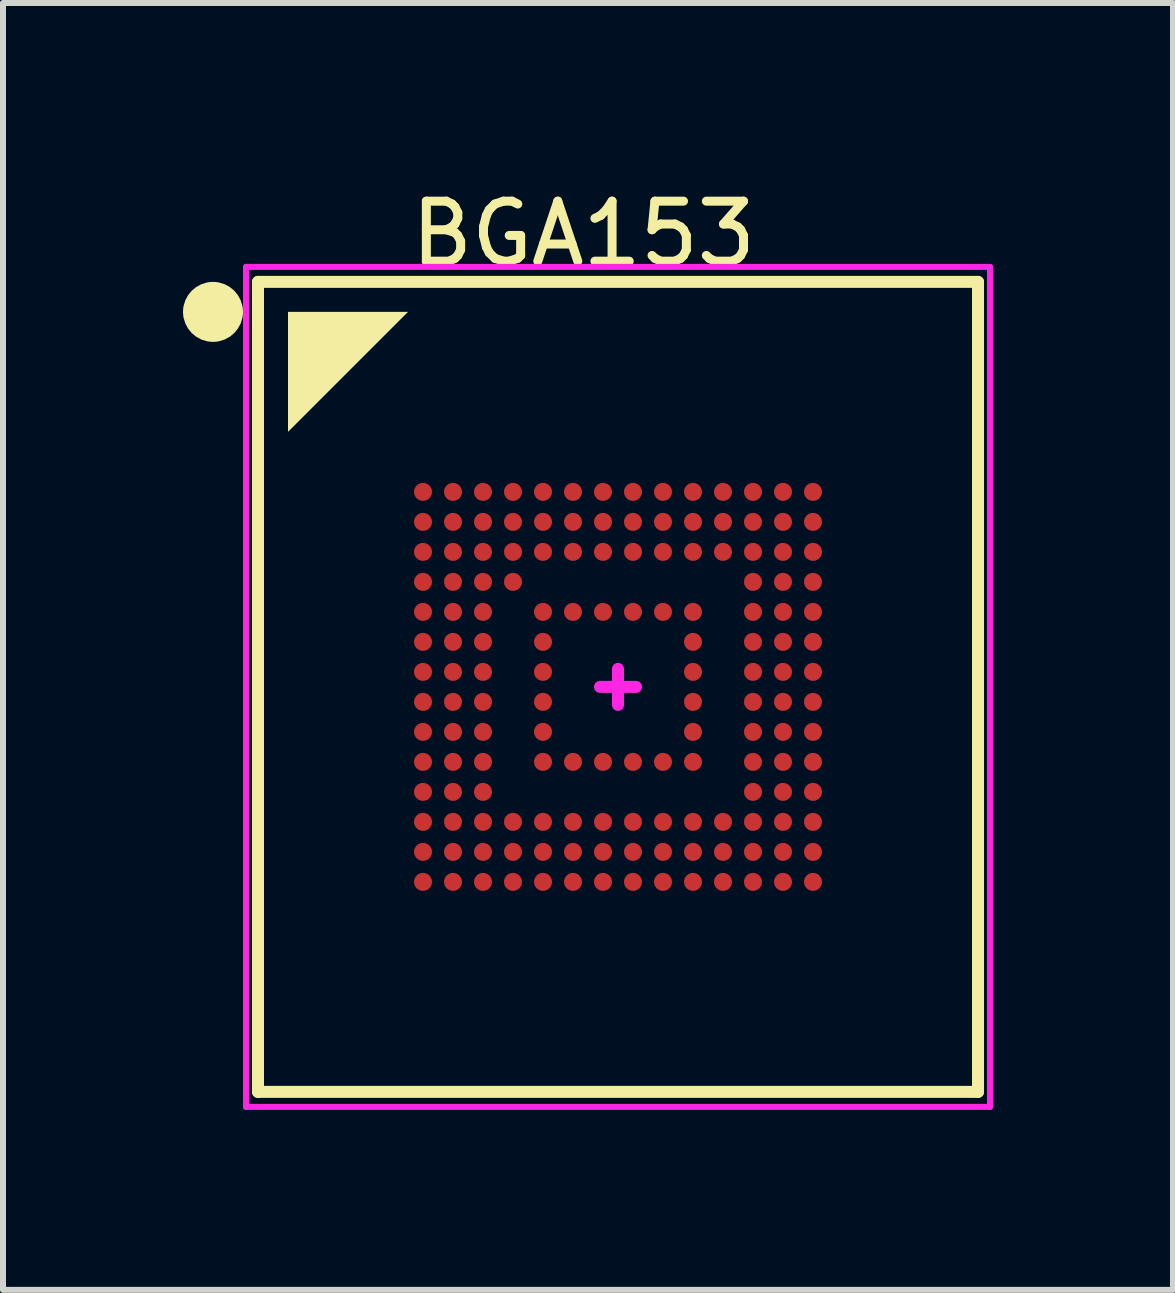
<source format=kicad_pcb>
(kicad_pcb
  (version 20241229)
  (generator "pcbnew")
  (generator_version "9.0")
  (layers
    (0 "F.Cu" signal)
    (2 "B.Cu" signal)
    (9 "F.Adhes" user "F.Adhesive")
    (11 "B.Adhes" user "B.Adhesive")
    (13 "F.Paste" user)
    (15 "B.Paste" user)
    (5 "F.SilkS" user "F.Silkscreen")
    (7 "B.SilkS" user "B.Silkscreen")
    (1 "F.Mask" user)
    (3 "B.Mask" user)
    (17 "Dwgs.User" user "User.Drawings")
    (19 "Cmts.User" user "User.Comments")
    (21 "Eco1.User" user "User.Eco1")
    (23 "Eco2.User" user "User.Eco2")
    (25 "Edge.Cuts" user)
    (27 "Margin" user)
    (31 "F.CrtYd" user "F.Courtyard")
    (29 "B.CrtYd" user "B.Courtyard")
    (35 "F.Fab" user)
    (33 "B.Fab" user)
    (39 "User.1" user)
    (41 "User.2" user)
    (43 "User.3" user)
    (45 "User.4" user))
  (footprint "BGA153"
    (layer "F.Cu")
    (at 7.25 8.398)
    (property "Reference" "BGA153" (at -0.575 -7.55 0) (layer "F.SilkS") (effects (font (size 1 1) (thickness 0.15))))
    (fp_line (start -6 -6.75) (end 6 -6.75) (stroke (width 0.2) (type solid)) (layer "F.SilkS"))
    (fp_line (start -6 6.75) (end -6 -6.75) (stroke (width 0.2) (type solid)) (layer "F.SilkS"))
    (fp_line (start -6 6.75) (end 6 6.75) (stroke (width 0.2) (type solid)) (layer "F.SilkS"))
    (fp_line (start 6 6.75) (end 6 -6.75) (stroke (width 0.2) (type solid)) (layer "F.SilkS"))
    (fp_circle (center -6.75 -6.25) (end -6.75 -6.5) (stroke (width 0.5) (type solid)) (fill no) (layer "F.SilkS"))
    (fp_poly (pts (xy -5.5 -6.25) (xy -3.5 -6.25) (xy -5.5 -4.25)) (stroke (width 0) (type default)) (fill yes) (layer "F.SilkS"))
    (fp_line (start -6.2 -7) (end 6.2 -7) (stroke (width 0.1) (type solid)) (layer "F.CrtYd"))
    (fp_line (start -6.2 7) (end -6.2 -7) (stroke (width 0.1) (type solid)) (layer "F.CrtYd"))
    (fp_line (start -6.2 7) (end 6.2 7) (stroke (width 0.1) (type solid)) (layer "F.CrtYd"))
    (fp_line (start -0.3 0) (end 0.3 0) (stroke (width 0.2) (type solid)) (layer "F.CrtYd"))
    (fp_line (start 0 0.3) (end 0 -0.3) (stroke (width 0.2) (type solid)) (layer "F.CrtYd"))
    (fp_line (start 6.2 7) (end 6.2 -7) (stroke (width 0.1) (type solid)) (layer "F.CrtYd"))
    (pad "A1" smd circle (at -3.25 -3.25) (size 0.3 0.3) (layers "F.Cu" "F.Mask" "F.Paste"))
    (pad "A2" smd circle (at -2.75 -3.25) (size 0.3 0.3) (layers "F.Cu" "F.Mask" "F.Paste"))
    (pad "A3" smd circle (at -2.25 -3.25) (size 0.3 0.3) (layers "F.Cu" "F.Mask" "F.Paste"))
    (pad "A4" smd circle (at -1.75 -3.25) (size 0.3 0.3) (layers "F.Cu" "F.Mask" "F.Paste"))
    (pad "A5" smd circle (at -1.25 -3.25) (size 0.3 0.3) (layers "F.Cu" "F.Mask" "F.Paste"))
    (pad "A6" smd circle (at -0.75 -3.25) (size 0.3 0.3) (layers "F.Cu" "F.Mask" "F.Paste"))
    (pad "A7" smd circle (at -0.25 -3.25) (size 0.3 0.3) (layers "F.Cu" "F.Mask" "F.Paste"))
    (pad "A8" smd circle (at 0.25 -3.25) (size 0.3 0.3) (layers "F.Cu" "F.Mask" "F.Paste"))
    (pad "A9" smd circle (at 0.75 -3.25) (size 0.3 0.3) (layers "F.Cu" "F.Mask" "F.Paste"))
    (pad "A10" smd circle (at 1.25 -3.25) (size 0.3 0.3) (layers "F.Cu" "F.Mask" "F.Paste"))
    (pad "A11" smd circle (at 1.75 -3.25) (size 0.3 0.3) (layers "F.Cu" "F.Mask" "F.Paste"))
    (pad "A12" smd circle (at 2.25 -3.25) (size 0.3 0.3) (layers "F.Cu" "F.Mask" "F.Paste"))
    (pad "A13" smd circle (at 2.75 -3.25) (size 0.3 0.3) (layers "F.Cu" "F.Mask" "F.Paste"))
    (pad "A14" smd circle (at 3.25 -3.25) (size 0.3 0.3) (layers "F.Cu" "F.Mask" "F.Paste"))
    (pad "B1" smd circle (at -3.25 -2.75) (size 0.3 0.3) (layers "F.Cu" "F.Mask" "F.Paste"))
    (pad "B2" smd circle (at -2.75 -2.75) (size 0.3 0.3) (layers "F.Cu" "F.Mask" "F.Paste"))
    (pad "B3" smd circle (at -2.25 -2.75) (size 0.3 0.3) (layers "F.Cu" "F.Mask" "F.Paste"))
    (pad "B4" smd circle (at -1.75 -2.75) (size 0.3 0.3) (layers "F.Cu" "F.Mask" "F.Paste"))
    (pad "B5" smd circle (at -1.25 -2.75) (size 0.3 0.3) (layers "F.Cu" "F.Mask" "F.Paste"))
    (pad "B6" smd circle (at -0.75 -2.75) (size 0.3 0.3) (layers "F.Cu" "F.Mask" "F.Paste"))
    (pad "B7" smd circle (at -0.25 -2.75) (size 0.3 0.3) (layers "F.Cu" "F.Mask" "F.Paste"))
    (pad "B8" smd circle (at 0.25 -2.75) (size 0.3 0.3) (layers "F.Cu" "F.Mask" "F.Paste"))
    (pad "B9" smd circle (at 0.75 -2.75) (size 0.3 0.3) (layers "F.Cu" "F.Mask" "F.Paste"))
    (pad "B10" smd circle (at 1.25 -2.75) (size 0.3 0.3) (layers "F.Cu" "F.Mask" "F.Paste"))
    (pad "B11" smd circle (at 1.75 -2.75) (size 0.3 0.3) (layers "F.Cu" "F.Mask" "F.Paste"))
    (pad "B12" smd circle (at 2.25 -2.75) (size 0.3 0.3) (layers "F.Cu" "F.Mask" "F.Paste"))
    (pad "B13" smd circle (at 2.75 -2.75) (size 0.3 0.3) (layers "F.Cu" "F.Mask" "F.Paste"))
    (pad "B14" smd circle (at 3.25 -2.75) (size 0.3 0.3) (layers "F.Cu" "F.Mask" "F.Paste"))
    (pad "C1" smd circle (at -3.25 -2.25) (size 0.3 0.3) (layers "F.Cu" "F.Mask" "F.Paste"))
    (pad "C2" smd circle (at -2.75 -2.25) (size 0.3 0.3) (layers "F.Cu" "F.Mask" "F.Paste"))
    (pad "C3" smd circle (at -2.25 -2.25) (size 0.3 0.3) (layers "F.Cu" "F.Mask" "F.Paste"))
    (pad "C4" smd circle (at -1.75 -2.25) (size 0.3 0.3) (layers "F.Cu" "F.Mask" "F.Paste"))
    (pad "C5" smd circle (at -1.25 -2.25) (size 0.3 0.3) (layers "F.Cu" "F.Mask" "F.Paste"))
    (pad "C6" smd circle (at -0.75 -2.25) (size 0.3 0.3) (layers "F.Cu" "F.Mask" "F.Paste"))
    (pad "C7" smd circle (at -0.25 -2.25) (size 0.3 0.3) (layers "F.Cu" "F.Mask" "F.Paste"))
    (pad "C8" smd circle (at 0.25 -2.25) (size 0.3 0.3) (layers "F.Cu" "F.Mask" "F.Paste"))
    (pad "C9" smd circle (at 0.75 -2.25) (size 0.3 0.3) (layers "F.Cu" "F.Mask" "F.Paste"))
    (pad "C10" smd circle (at 1.25 -2.25) (size 0.3 0.3) (layers "F.Cu" "F.Mask" "F.Paste"))
    (pad "C11" smd circle (at 1.75 -2.25) (size 0.3 0.3) (layers "F.Cu" "F.Mask" "F.Paste"))
    (pad "C12" smd circle (at 2.25 -2.25) (size 0.3 0.3) (layers "F.Cu" "F.Mask" "F.Paste"))
    (pad "C13" smd circle (at 2.75 -2.25) (size 0.3 0.3) (layers "F.Cu" "F.Mask" "F.Paste"))
    (pad "C14" smd circle (at 3.25 -2.25) (size 0.3 0.3) (layers "F.Cu" "F.Mask" "F.Paste"))
    (pad "D1" smd circle (at -3.25 -1.75) (size 0.3 0.3) (layers "F.Cu" "F.Mask" "F.Paste"))
    (pad "D2" smd circle (at -2.75 -1.75) (size 0.3 0.3) (layers "F.Cu" "F.Mask" "F.Paste"))
    (pad "D3" smd circle (at -2.25 -1.75) (size 0.3 0.3) (layers "F.Cu" "F.Mask" "F.Paste"))
    (pad "D4" smd circle (at -1.75 -1.75) (size 0.3 0.3) (layers "F.Cu" "F.Mask" "F.Paste"))
    (pad "D12" smd circle (at 2.25 -1.75) (size 0.3 0.3) (layers "F.Cu" "F.Mask" "F.Paste"))
    (pad "D13" smd circle (at 2.75 -1.75) (size 0.3 0.3) (layers "F.Cu" "F.Mask" "F.Paste"))
    (pad "D14" smd circle (at 3.25 -1.75) (size 0.3 0.3) (layers "F.Cu" "F.Mask" "F.Paste"))
    (pad "E1" smd circle (at -3.25 -1.25) (size 0.3 0.3) (layers "F.Cu" "F.Mask" "F.Paste"))
    (pad "E2" smd circle (at -2.75 -1.25) (size 0.3 0.3) (layers "F.Cu" "F.Mask" "F.Paste"))
    (pad "E3" smd circle (at -2.25 -1.25) (size 0.3 0.3) (layers "F.Cu" "F.Mask" "F.Paste"))
    (pad "E5" smd circle (at -1.25 -1.25) (size 0.3 0.3) (layers "F.Cu" "F.Mask" "F.Paste"))
    (pad "E6" smd circle (at -0.75 -1.25) (size 0.3 0.3) (layers "F.Cu" "F.Mask" "F.Paste"))
    (pad "E7" smd circle (at -0.25 -1.25) (size 0.3 0.3) (layers "F.Cu" "F.Mask" "F.Paste"))
    (pad "E8" smd circle (at 0.25 -1.25) (size 0.3 0.3) (layers "F.Cu" "F.Mask" "F.Paste"))
    (pad "E9" smd circle (at 0.75 -1.25) (size 0.3 0.3) (layers "F.Cu" "F.Mask" "F.Paste"))
    (pad "E10" smd circle (at 1.25 -1.25) (size 0.3 0.3) (layers "F.Cu" "F.Mask" "F.Paste"))
    (pad "E12" smd circle (at 2.25 -1.25) (size 0.3 0.3) (layers "F.Cu" "F.Mask" "F.Paste"))
    (pad "E13" smd circle (at 2.75 -1.25) (size 0.3 0.3) (layers "F.Cu" "F.Mask" "F.Paste"))
    (pad "E14" smd circle (at 3.25 -1.25) (size 0.3 0.3) (layers "F.Cu" "F.Mask" "F.Paste"))
    (pad "F1" smd circle (at -3.25 -0.75) (size 0.3 0.3) (layers "F.Cu" "F.Mask" "F.Paste"))
    (pad "F2" smd circle (at -2.75 -0.75) (size 0.3 0.3) (layers "F.Cu" "F.Mask" "F.Paste"))
    (pad "F3" smd circle (at -2.25 -0.75) (size 0.3 0.3) (layers "F.Cu" "F.Mask" "F.Paste"))
    (pad "F5" smd circle (at -1.25 -0.75) (size 0.3 0.3) (layers "F.Cu" "F.Mask" "F.Paste"))
    (pad "F10" smd circle (at 1.25 -0.75) (size 0.3 0.3) (layers "F.Cu" "F.Mask" "F.Paste"))
    (pad "F12" smd circle (at 2.25 -0.75) (size 0.3 0.3) (layers "F.Cu" "F.Mask" "F.Paste"))
    (pad "F13" smd circle (at 2.75 -0.75) (size 0.3 0.3) (layers "F.Cu" "F.Mask" "F.Paste"))
    (pad "F14" smd circle (at 3.25 -0.75) (size 0.3 0.3) (layers "F.Cu" "F.Mask" "F.Paste"))
    (pad "G1" smd circle (at -3.25 -0.25) (size 0.3 0.3) (layers "F.Cu" "F.Mask" "F.Paste"))
    (pad "G2" smd circle (at -2.75 -0.25) (size 0.3 0.3) (layers "F.Cu" "F.Mask" "F.Paste"))
    (pad "G3" smd circle (at -2.25 -0.25) (size 0.3 0.3) (layers "F.Cu" "F.Mask" "F.Paste"))
    (pad "G5" smd circle (at -1.25 -0.25) (size 0.3 0.3) (layers "F.Cu" "F.Mask" "F.Paste"))
    (pad "G10" smd circle (at 1.25 -0.25) (size 0.3 0.3) (layers "F.Cu" "F.Mask" "F.Paste"))
    (pad "G12" smd circle (at 2.25 -0.25) (size 0.3 0.3) (layers "F.Cu" "F.Mask" "F.Paste"))
    (pad "G13" smd circle (at 2.75 -0.25) (size 0.3 0.3) (layers "F.Cu" "F.Mask" "F.Paste"))
    (pad "G14" smd circle (at 3.25 -0.25) (size 0.3 0.3) (layers "F.Cu" "F.Mask" "F.Paste"))
    (pad "H1" smd circle (at -3.25 0.25) (size 0.3 0.3) (layers "F.Cu" "F.Mask" "F.Paste"))
    (pad "H2" smd circle (at -2.75 0.25) (size 0.3 0.3) (layers "F.Cu" "F.Mask" "F.Paste"))
    (pad "H3" smd circle (at -2.25 0.25) (size 0.3 0.3) (layers "F.Cu" "F.Mask" "F.Paste"))
    (pad "H5" smd circle (at -1.25 0.25) (size 0.3 0.3) (layers "F.Cu" "F.Mask" "F.Paste"))
    (pad "H10" smd circle (at 1.25 0.25) (size 0.3 0.3) (layers "F.Cu" "F.Mask" "F.Paste"))
    (pad "H12" smd circle (at 2.25 0.25) (size 0.3 0.3) (layers "F.Cu" "F.Mask" "F.Paste"))
    (pad "H13" smd circle (at 2.75 0.25) (size 0.3 0.3) (layers "F.Cu" "F.Mask" "F.Paste"))
    (pad "H14" smd circle (at 3.25 0.25) (size 0.3 0.3) (layers "F.Cu" "F.Mask" "F.Paste"))
    (pad "J1" smd circle (at -3.25 0.75) (size 0.3 0.3) (layers "F.Cu" "F.Mask" "F.Paste"))
    (pad "J2" smd circle (at -2.75 0.75) (size 0.3 0.3) (layers "F.Cu" "F.Mask" "F.Paste"))
    (pad "J3" smd circle (at -2.25 0.75) (size 0.3 0.3) (layers "F.Cu" "F.Mask" "F.Paste"))
    (pad "J5" smd circle (at -1.25 0.75) (size 0.3 0.3) (layers "F.Cu" "F.Mask" "F.Paste"))
    (pad "J10" smd circle (at 1.25 0.75) (size 0.3 0.3) (layers "F.Cu" "F.Mask" "F.Paste"))
    (pad "J12" smd circle (at 2.25 0.75) (size 0.3 0.3) (layers "F.Cu" "F.Mask" "F.Paste"))
    (pad "J13" smd circle (at 2.75 0.75) (size 0.3 0.3) (layers "F.Cu" "F.Mask" "F.Paste"))
    (pad "J14" smd circle (at 3.25 0.75) (size 0.3 0.3) (layers "F.Cu" "F.Mask" "F.Paste"))
    (pad "K1" smd circle (at -3.25 1.25) (size 0.3 0.3) (layers "F.Cu" "F.Mask" "F.Paste"))
    (pad "K2" smd circle (at -2.75 1.25) (size 0.3 0.3) (layers "F.Cu" "F.Mask" "F.Paste"))
    (pad "K3" smd circle (at -2.25 1.25) (size 0.3 0.3) (layers "F.Cu" "F.Mask" "F.Paste"))
    (pad "K5" smd circle (at -1.25 1.25) (size 0.3 0.3) (layers "F.Cu" "F.Mask" "F.Paste"))
    (pad "K6" smd circle (at -0.75 1.25) (size 0.3 0.3) (layers "F.Cu" "F.Mask" "F.Paste"))
    (pad "K7" smd circle (at -0.25 1.25) (size 0.3 0.3) (layers "F.Cu" "F.Mask" "F.Paste"))
    (pad "K8" smd circle (at 0.25 1.25) (size 0.3 0.3) (layers "F.Cu" "F.Mask" "F.Paste"))
    (pad "K9" smd circle (at 0.75 1.25) (size 0.3 0.3) (layers "F.Cu" "F.Mask" "F.Paste"))
    (pad "K10" smd circle (at 1.25 1.25) (size 0.3 0.3) (layers "F.Cu" "F.Mask" "F.Paste"))
    (pad "K12" smd circle (at 2.25 1.25) (size 0.3 0.3) (layers "F.Cu" "F.Mask" "F.Paste"))
    (pad "K13" smd circle (at 2.75 1.25) (size 0.3 0.3) (layers "F.Cu" "F.Mask" "F.Paste"))
    (pad "K14" smd circle (at 3.25 1.25) (size 0.3 0.3) (layers "F.Cu" "F.Mask" "F.Paste"))
    (pad "L1" smd circle (at -3.25 1.75) (size 0.3 0.3) (layers "F.Cu" "F.Mask" "F.Paste"))
    (pad "L2" smd circle (at -2.75 1.75) (size 0.3 0.3) (layers "F.Cu" "F.Mask" "F.Paste"))
    (pad "L3" smd circle (at -2.25 1.75) (size 0.3 0.3) (layers "F.Cu" "F.Mask" "F.Paste"))
    (pad "L12" smd circle (at 2.25 1.75) (size 0.3 0.3) (layers "F.Cu" "F.Mask" "F.Paste"))
    (pad "L13" smd circle (at 2.75 1.75) (size 0.3 0.3) (layers "F.Cu" "F.Mask" "F.Paste"))
    (pad "L14" smd circle (at 3.25 1.75) (size 0.3 0.3) (layers "F.Cu" "F.Mask" "F.Paste"))
    (pad "M1" smd circle (at -3.25 2.25) (size 0.3 0.3) (layers "F.Cu" "F.Mask" "F.Paste"))
    (pad "M2" smd circle (at -2.75 2.25) (size 0.3 0.3) (layers "F.Cu" "F.Mask" "F.Paste"))
    (pad "M3" smd circle (at -2.25 2.25) (size 0.3 0.3) (layers "F.Cu" "F.Mask" "F.Paste"))
    (pad "M4" smd circle (at -1.75 2.25) (size 0.3 0.3) (layers "F.Cu" "F.Mask" "F.Paste"))
    (pad "M5" smd circle (at -1.25 2.25) (size 0.3 0.3) (layers "F.Cu" "F.Mask" "F.Paste"))
    (pad "M6" smd circle (at -0.75 2.25) (size 0.3 0.3) (layers "F.Cu" "F.Mask" "F.Paste"))
    (pad "M7" smd circle (at -0.25 2.25) (size 0.3 0.3) (layers "F.Cu" "F.Mask" "F.Paste"))
    (pad "M8" smd circle (at 0.25 2.25) (size 0.3 0.3) (layers "F.Cu" "F.Mask" "F.Paste"))
    (pad "M9" smd circle (at 0.75 2.25) (size 0.3 0.3) (layers "F.Cu" "F.Mask" "F.Paste"))
    (pad "M10" smd circle (at 1.25 2.25) (size 0.3 0.3) (layers "F.Cu" "F.Mask" "F.Paste"))
    (pad "M11" smd circle (at 1.75 2.25) (size 0.3 0.3) (layers "F.Cu" "F.Mask" "F.Paste"))
    (pad "M12" smd circle (at 2.25 2.25) (size 0.3 0.3) (layers "F.Cu" "F.Mask" "F.Paste"))
    (pad "M13" smd circle (at 2.75 2.25) (size 0.3 0.3) (layers "F.Cu" "F.Mask" "F.Paste"))
    (pad "M14" smd circle (at 3.25 2.25) (size 0.3 0.3) (layers "F.Cu" "F.Mask" "F.Paste"))
    (pad "N1" smd circle (at -3.25 2.75) (size 0.3 0.3) (layers "F.Cu" "F.Mask" "F.Paste"))
    (pad "N2" smd circle (at -2.75 2.75) (size 0.3 0.3) (layers "F.Cu" "F.Mask" "F.Paste"))
    (pad "N3" smd circle (at -2.25 2.75) (size 0.3 0.3) (layers "F.Cu" "F.Mask" "F.Paste"))
    (pad "N4" smd circle (at -1.75 2.75) (size 0.3 0.3) (layers "F.Cu" "F.Mask" "F.Paste"))
    (pad "N5" smd circle (at -1.25 2.75) (size 0.3 0.3) (layers "F.Cu" "F.Mask" "F.Paste"))
    (pad "N6" smd circle (at -0.75 2.75) (size 0.3 0.3) (layers "F.Cu" "F.Mask" "F.Paste"))
    (pad "N7" smd circle (at -0.25 2.75) (size 0.3 0.3) (layers "F.Cu" "F.Mask" "F.Paste"))
    (pad "N8" smd circle (at 0.25 2.75) (size 0.3 0.3) (layers "F.Cu" "F.Mask" "F.Paste"))
    (pad "N9" smd circle (at 0.75 2.75) (size 0.3 0.3) (layers "F.Cu" "F.Mask" "F.Paste"))
    (pad "N10" smd circle (at 1.25 2.75) (size 0.3 0.3) (layers "F.Cu" "F.Mask" "F.Paste"))
    (pad "N11" smd circle (at 1.75 2.75) (size 0.3 0.3) (layers "F.Cu" "F.Mask" "F.Paste"))
    (pad "N12" smd circle (at 2.25 2.75) (size 0.3 0.3) (layers "F.Cu" "F.Mask" "F.Paste"))
    (pad "N13" smd circle (at 2.75 2.75) (size 0.3 0.3) (layers "F.Cu" "F.Mask" "F.Paste"))
    (pad "N14" smd circle (at 3.25 2.75) (size 0.3 0.3) (layers "F.Cu" "F.Mask" "F.Paste"))
    (pad "P1" smd circle (at -3.25 3.25) (size 0.3 0.3) (layers "F.Cu" "F.Mask" "F.Paste"))
    (pad "P2" smd circle (at -2.75 3.25) (size 0.3 0.3) (layers "F.Cu" "F.Mask" "F.Paste"))
    (pad "P3" smd circle (at -2.25 3.25) (size 0.3 0.3) (layers "F.Cu" "F.Mask" "F.Paste"))
    (pad "P4" smd circle (at -1.75 3.25) (size 0.3 0.3) (layers "F.Cu" "F.Mask" "F.Paste"))
    (pad "P5" smd circle (at -1.25 3.25) (size 0.3 0.3) (layers "F.Cu" "F.Mask" "F.Paste"))
    (pad "P6" smd circle (at -0.75 3.25) (size 0.3 0.3) (layers "F.Cu" "F.Mask" "F.Paste"))
    (pad "P7" smd circle (at -0.25 3.25) (size 0.3 0.3) (layers "F.Cu" "F.Mask" "F.Paste"))
    (pad "P8" smd circle (at 0.25 3.25) (size 0.3 0.3) (layers "F.Cu" "F.Mask" "F.Paste"))
    (pad "P9" smd circle (at 0.75 3.25) (size 0.3 0.3) (layers "F.Cu" "F.Mask" "F.Paste"))
    (pad "P10" smd circle (at 1.25 3.25) (size 0.3 0.3) (layers "F.Cu" "F.Mask" "F.Paste"))
    (pad "P11" smd circle (at 1.75 3.25) (size 0.3 0.3) (layers "F.Cu" "F.Mask" "F.Paste"))
    (pad "P12" smd circle (at 2.25 3.25) (size 0.3 0.3) (layers "F.Cu" "F.Mask" "F.Paste"))
    (pad "P13" smd circle (at 2.75 3.25) (size 0.3 0.3) (layers "F.Cu" "F.Mask" "F.Paste"))
    (pad "P14" smd circle (at 3.25 3.25) (size 0.3 0.3) (layers "F.Cu" "F.Mask" "F.Paste")))
  (gr_rect
    (start -3 -3)
    (end 16.5 18.448)
    (stroke (width 0.1) (type default))
    (fill no)
    (layer "Edge.Cuts")))
</source>
